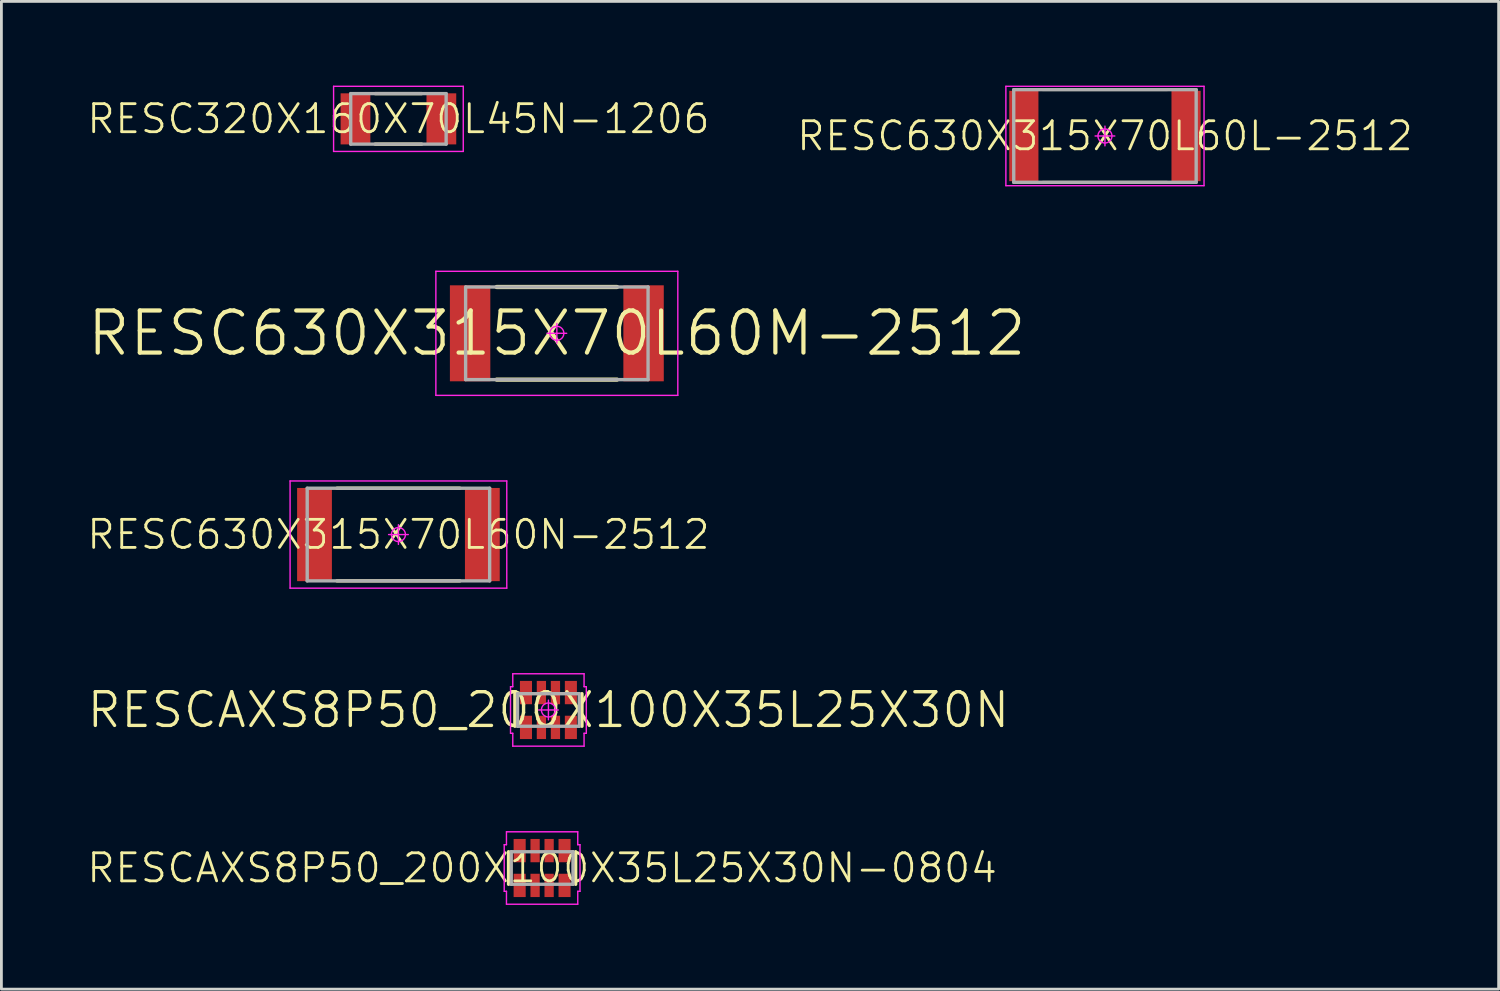
<source format=kicad_pcb>
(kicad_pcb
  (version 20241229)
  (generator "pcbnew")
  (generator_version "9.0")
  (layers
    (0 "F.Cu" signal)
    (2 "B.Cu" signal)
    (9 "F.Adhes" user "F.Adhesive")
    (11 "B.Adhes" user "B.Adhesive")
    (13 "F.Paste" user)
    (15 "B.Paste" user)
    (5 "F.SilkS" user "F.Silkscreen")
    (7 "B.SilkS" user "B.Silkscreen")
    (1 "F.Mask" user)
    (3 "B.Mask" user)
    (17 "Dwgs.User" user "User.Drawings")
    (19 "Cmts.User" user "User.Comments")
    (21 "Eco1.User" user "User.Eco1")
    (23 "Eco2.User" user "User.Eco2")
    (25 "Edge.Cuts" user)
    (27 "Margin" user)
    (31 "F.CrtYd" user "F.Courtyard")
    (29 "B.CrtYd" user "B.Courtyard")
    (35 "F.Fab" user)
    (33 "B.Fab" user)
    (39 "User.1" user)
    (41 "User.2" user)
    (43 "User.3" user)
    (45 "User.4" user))
  (footprint "RESC320X160X70L45N-1206"
    (layer "F.Cu")
    (at 11.145 1.185)
    (property "Reference" "RESC320X160X70L45N-1206" (at 0 0 0) (layer "F.SilkS") (effects (font (size 1 1) (thickness 0.1))))
    (attr smd)
    (fp_line (start -0.827 -0.9) (end 0.827 -0.9) (stroke (width 0.12) (type solid)) (layer "F.SilkS"))
    (fp_line (start -0.827 0.9) (end 0.827 0.9) (stroke (width 0.12) (type solid)) (layer "F.SilkS"))
    (fp_line (start -2.31 -1.16) (end 2.31 -1.16) (stroke (width 0.05) (type solid)) (layer "F.CrtYd"))
    (fp_line (start -2.31 1.16) (end -2.31 -1.16) (stroke (width 0.05) (type solid)) (layer "F.CrtYd"))
    (fp_line (start 2.31 -1.16) (end 2.31 1.16) (stroke (width 0.05) (type solid)) (layer "F.CrtYd"))
    (fp_line (start 2.31 1.16) (end -2.31 1.16) (stroke (width 0.05) (type solid)) (layer "F.CrtYd"))
    (fp_line (start -1.7 -0.9) (end 1.7 -0.9) (stroke (width 0.12) (type solid)) (layer "F.Fab"))
    (fp_line (start -1.7 0.9) (end -1.7 -0.9) (stroke (width 0.12) (type solid)) (layer "F.Fab"))
    (fp_line (start 1.7 -0.9) (end 1.7 0.9) (stroke (width 0.12) (type solid)) (layer "F.Fab"))
    (fp_line (start 1.7 0.9) (end -1.7 0.9) (stroke (width 0.12) (type solid)) (layer "F.Fab"))
    (pad "1" smd rect (at -1.53 0) (size 1.06 1.82) (layers "F.Cu" "F.Mask" "F.Paste"))
    (pad "2" smd rect (at 1.53 0) (size 1.06 1.82) (layers "F.Cu" "F.Mask" "F.Paste")))
  (footprint "RESCAXS8P50_200X100X35L25X30N"
    (layer "F.Cu")
    (at 16.489 22.245)
    (property "Reference" "RESCAXS8P50_200X100X35L25X30N" (at 0 0 0) (layer "F.SilkS") (effects (font (size 1.2 1.2) (thickness 0.12))))
    (attr smd)
    (fp_line (start -1.195 0.58) (end -1.195 -0.58) (stroke (width 0.12) (type solid)) (layer "F.SilkS"))
    (fp_line (start 1.195 0.58) (end 1.195 -0.58) (stroke (width 0.12) (type solid)) (layer "F.SilkS"))
    (fp_line (start -1.35 -0.83) (end -1.35 0.83) (stroke (width 0.05) (type solid)) (layer "F.CrtYd"))
    (fp_line (start -1.35 0.83) (end -1.27 0.83) (stroke (width 0.05) (type solid)) (layer "F.CrtYd"))
    (fp_line (start -1.27 -1.29) (end -1.27 -0.83) (stroke (width 0.05) (type solid)) (layer "F.CrtYd"))
    (fp_line (start -1.27 -0.83) (end -1.35 -0.83) (stroke (width 0.05) (type solid)) (layer "F.CrtYd"))
    (fp_line (start -1.27 0.83) (end -1.27 1.29) (stroke (width 0.05) (type solid)) (layer "F.CrtYd"))
    (fp_line (start -1.27 1.29) (end 1.27 1.29) (stroke (width 0.05) (type solid)) (layer "F.CrtYd"))
    (fp_line (start -0.35 0) (end 0.35 0) (stroke (width 0.05) (type solid)) (layer "F.CrtYd"))
    (fp_line (start 0 -0.35) (end 0 0.35) (stroke (width 0.05) (type solid)) (layer "F.CrtYd"))
    (fp_line (start 1.27 -1.29) (end -1.27 -1.29) (stroke (width 0.05) (type solid)) (layer "F.CrtYd"))
    (fp_line (start 1.27 -0.83) (end 1.27 -1.29) (stroke (width 0.05) (type solid)) (layer "F.CrtYd"))
    (fp_line (start 1.27 0.83) (end 1.35 0.83) (stroke (width 0.05) (type solid)) (layer "F.CrtYd"))
    (fp_line (start 1.27 1.29) (end 1.27 0.83) (stroke (width 0.05) (type solid)) (layer "F.CrtYd"))
    (fp_line (start 1.35 -0.83) (end 1.27 -0.83) (stroke (width 0.05) (type solid)) (layer "F.CrtYd"))
    (fp_line (start 1.35 0.83) (end 1.35 -0.83) (stroke (width 0.05) (type solid)) (layer "F.CrtYd"))
    (fp_circle (center 0 0) (end 0 0.25) (stroke (width 0.05) (type solid)) (fill no) (layer "F.CrtYd"))
    (fp_line (start -1.1 -0.58) (end 1.1 -0.58) (stroke (width 0.12) (type solid)) (layer "F.Fab"))
    (fp_line (start -1.1 0.58) (end -1.1 -0.58) (stroke (width 0.12) (type solid)) (layer "F.Fab"))
    (fp_line (start 1.1 -0.58) (end 1.1 0.58) (stroke (width 0.12) (type solid)) (layer "F.Fab"))
    (fp_line (start 1.1 0.58) (end -1.1 0.58) (stroke (width 0.12) (type solid)) (layer "F.Fab"))
    (pad "1" smd rect (at -0.8 0.62 90) (size 0.83 0.43) (layers "F.Cu" "F.Mask" "F.Paste"))
    (pad "2" smd rect (at -0.25 0.62 90) (size 0.83 0.33) (layers "F.Cu" "F.Mask" "F.Paste"))
    (pad "3" smd rect (at 0.25 0.62 90) (size 0.83 0.33) (layers "F.Cu" "F.Mask" "F.Paste"))
    (pad "4" smd rect (at 0.8 0.62 90) (size 0.83 0.43) (layers "F.Cu" "F.Mask" "F.Paste"))
    (pad "5" smd rect (at 0.8 -0.62 90) (size 0.83 0.43) (layers "F.Cu" "F.Mask" "F.Paste"))
    (pad "6" smd rect (at 0.25 -0.62 90) (size 0.83 0.33) (layers "F.Cu" "F.Mask" "F.Paste"))
    (pad "7" smd rect (at -0.25 -0.62 90) (size 0.83 0.33) (layers "F.Cu" "F.Mask" "F.Paste"))
    (pad "8" smd rect (at -0.8 -0.62 90) (size 0.83 0.43) (layers "F.Cu" "F.Mask" "F.Paste")))
  (footprint "RESC630X315X70L60L-2512"
    (layer "F.Cu")
    (at 36.317 1.795)
    (property "Reference" "RESC630X315X70L60L-2512" (at 0 0 0) (layer "F.SilkS") (effects (font (size 1 1) (thickness 0.1))))
    (attr smd)
    (fp_line (start -2.22 -1.65) (end 2.22 -1.65) (stroke (width 0.1) (type solid)) (layer "F.SilkS"))
    (fp_line (start -2.22 1.65) (end 2.22 1.65) (stroke (width 0.1) (type solid)) (layer "F.SilkS"))
    (fp_line (start -3.53 -1.77) (end 3.53 -1.77) (stroke (width 0.05) (type solid)) (layer "F.CrtYd"))
    (fp_line (start -3.53 1.77) (end -3.53 -1.77) (stroke (width 0.05) (type solid)) (layer "F.CrtYd"))
    (fp_line (start 0 -0.35) (end 0 0.35) (stroke (width 0.05) (type solid)) (layer "F.CrtYd"))
    (fp_line (start 0.35 0) (end -0.35 0) (stroke (width 0.05) (type solid)) (layer "F.CrtYd"))
    (fp_line (start 3.53 -1.77) (end 3.53 1.77) (stroke (width 0.05) (type solid)) (layer "F.CrtYd"))
    (fp_line (start 3.53 1.77) (end -3.53 1.77) (stroke (width 0.05) (type solid)) (layer "F.CrtYd"))
    (fp_circle (center 0 0) (end 0 0.25) (stroke (width 0.05) (type solid)) (fill no) (layer "F.CrtYd"))
    (fp_line (start -3.25 -1.65) (end 3.25 -1.65) (stroke (width 0.12) (type solid)) (layer "F.Fab"))
    (fp_line (start -3.25 1.65) (end -3.25 -1.65) (stroke (width 0.12) (type solid)) (layer "F.Fab"))
    (fp_line (start 3.25 -1.65) (end 3.25 1.65) (stroke (width 0.12) (type solid)) (layer "F.Fab"))
    (fp_line (start 3.25 1.65) (end -3.25 1.65) (stroke (width 0.12) (type solid)) (layer "F.Fab"))
    (pad "1" smd rect (at -2.89 0) (size 1.04 3.22) (layers "F.Cu" "F.Mask" "F.Paste"))
    (pad "2" smd rect (at 2.89 0) (size 1.04 3.22) (layers "F.Cu" "F.Mask" "F.Paste")))
  (footprint "RESCAXS8P50_200X100X35L25X30N-0804"
    (layer "F.Cu")
    (at 16.264 27.875)
    (property "Reference" "RESCAXS8P50_200X100X35L25X30N-0804" (at 0 0 0) (layer "F.SilkS") (effects (font (size 1 1) (thickness 0.1))))
    (attr smd)
    (fp_line (start -1.195 0.58) (end -1.195 -0.58) (stroke (width 0.12) (type solid)) (layer "F.SilkS"))
    (fp_line (start 1.195 0.58) (end 1.195 -0.58) (stroke (width 0.12) (type solid)) (layer "F.SilkS"))
    (fp_line (start -1.35 -0.83) (end -1.35 0.83) (stroke (width 0.05) (type solid)) (layer "F.CrtYd"))
    (fp_line (start -1.35 0.83) (end -1.27 0.83) (stroke (width 0.05) (type solid)) (layer "F.CrtYd"))
    (fp_line (start -1.27 -1.29) (end -1.27 -0.83) (stroke (width 0.05) (type solid)) (layer "F.CrtYd"))
    (fp_line (start -1.27 -0.83) (end -1.35 -0.83) (stroke (width 0.05) (type solid)) (layer "F.CrtYd"))
    (fp_line (start -1.27 0.83) (end -1.27 1.29) (stroke (width 0.05) (type solid)) (layer "F.CrtYd"))
    (fp_line (start -1.27 1.29) (end 1.27 1.29) (stroke (width 0.05) (type solid)) (layer "F.CrtYd"))
    (fp_line (start 1.27 -1.29) (end -1.27 -1.29) (stroke (width 0.05) (type solid)) (layer "F.CrtYd"))
    (fp_line (start 1.27 -0.83) (end 1.27 -1.29) (stroke (width 0.05) (type solid)) (layer "F.CrtYd"))
    (fp_line (start 1.27 0.83) (end 1.35 0.83) (stroke (width 0.05) (type solid)) (layer "F.CrtYd"))
    (fp_line (start 1.27 1.29) (end 1.27 0.83) (stroke (width 0.05) (type solid)) (layer "F.CrtYd"))
    (fp_line (start 1.35 -0.83) (end 1.27 -0.83) (stroke (width 0.05) (type solid)) (layer "F.CrtYd"))
    (fp_line (start 1.35 0.83) (end 1.35 -0.83) (stroke (width 0.05) (type solid)) (layer "F.CrtYd"))
    (fp_line (start -1.1 -0.58) (end 1.1 -0.58) (stroke (width 0.12) (type solid)) (layer "F.Fab"))
    (fp_line (start -1.1 0.58) (end -1.1 -0.58) (stroke (width 0.12) (type solid)) (layer "F.Fab"))
    (fp_line (start 1.1 -0.58) (end 1.1 0.58) (stroke (width 0.12) (type solid)) (layer "F.Fab"))
    (fp_line (start 1.1 0.58) (end -1.1 0.58) (stroke (width 0.12) (type solid)) (layer "F.Fab"))
    (pad "1" smd rect (at -0.8 0.62 90) (size 0.83 0.43) (layers "F.Cu" "F.Mask" "F.Paste"))
    (pad "2" smd rect (at -0.25 0.62 90) (size 0.83 0.33) (layers "F.Cu" "F.Mask" "F.Paste"))
    (pad "3" smd rect (at 0.25 0.62 90) (size 0.83 0.33) (layers "F.Cu" "F.Mask" "F.Paste"))
    (pad "4" smd rect (at 0.8 0.62 90) (size 0.83 0.43) (layers "F.Cu" "F.Mask" "F.Paste"))
    (pad "5" smd rect (at 0.8 -0.62 90) (size 0.83 0.43) (layers "F.Cu" "F.Mask" "F.Paste"))
    (pad "6" smd rect (at 0.25 -0.62 90) (size 0.83 0.33) (layers "F.Cu" "F.Mask" "F.Paste"))
    (pad "7" smd rect (at -0.25 -0.62 90) (size 0.83 0.33) (layers "F.Cu" "F.Mask" "F.Paste"))
    (pad "8" smd rect (at -0.8 -0.62 90) (size 0.83 0.43) (layers "F.Cu" "F.Mask" "F.Paste")))
  (footprint "RESC630X315X70L60N-2512"
    (layer "F.Cu")
    (at 11.145 15.995)
    (property "Reference" "RESC630X315X70L60N-2512" (at 0 0 0) (layer "F.SilkS") (effects (font (size 1 1) (thickness 0.1))))
    (attr smd)
    (fp_line (start -2.19 -1.65) (end 2.19 -1.65) (stroke (width 0.12) (type solid)) (layer "F.SilkS"))
    (fp_line (start -2.19 1.65) (end 2.19 1.65) (stroke (width 0.12) (type solid)) (layer "F.SilkS"))
    (fp_line (start -3.86 -1.91) (end 3.86 -1.91) (stroke (width 0.05) (type solid)) (layer "F.CrtYd"))
    (fp_line (start -3.86 1.91) (end -3.86 -1.91) (stroke (width 0.05) (type solid)) (layer "F.CrtYd"))
    (fp_line (start 0 -0.35) (end 0 0.35) (stroke (width 0.05) (type solid)) (layer "F.CrtYd"))
    (fp_line (start 0.35 0) (end -0.35 0) (stroke (width 0.05) (type solid)) (layer "F.CrtYd"))
    (fp_line (start 3.86 -1.91) (end 3.86 1.91) (stroke (width 0.05) (type solid)) (layer "F.CrtYd"))
    (fp_line (start 3.86 1.91) (end -3.86 1.91) (stroke (width 0.05) (type solid)) (layer "F.CrtYd"))
    (fp_circle (center 0 0) (end 0 0.25) (stroke (width 0.05) (type solid)) (fill no) (layer "F.CrtYd"))
    (fp_line (start -3.25 -1.65) (end 3.25 -1.65) (stroke (width 0.12) (type solid)) (layer "F.Fab"))
    (fp_line (start -3.25 1.65) (end -3.25 -1.65) (stroke (width 0.12) (type solid)) (layer "F.Fab"))
    (fp_line (start 3.25 -1.65) (end 3.25 1.65) (stroke (width 0.12) (type solid)) (layer "F.Fab"))
    (fp_line (start 3.25 1.65) (end -3.25 1.65) (stroke (width 0.12) (type solid)) (layer "F.Fab"))
    (pad "1" smd rect (at -2.99 0) (size 1.24 3.32) (layers "F.Cu" "F.Mask" "F.Paste"))
    (pad "2" smd rect (at 2.99 0) (size 1.24 3.32) (layers "F.Cu" "F.Mask" "F.Paste")))
  (footprint "RESC630X315X70L60M-2512"
    (layer "F.Cu")
    (at 16.789 8.825)
    (property "Reference" "RESC630X315X70L60M-2512" (at 0 0 0) (layer "F.SilkS") (effects (font (size 1.5 1.5) (thickness 0.15))))
    (attr smd)
    (fp_line (start -2.145 -1.65) (end 2.145 -1.65) (stroke (width 0.15) (type solid)) (layer "F.SilkS"))
    (fp_line (start -2.145 1.65) (end 2.145 1.65) (stroke (width 0.15) (type solid)) (layer "F.SilkS"))
    (fp_line (start -4.31 -2.21) (end 4.31 -2.21) (stroke (width 0.05) (type solid)) (layer "F.CrtYd"))
    (fp_line (start -4.31 2.21) (end -4.31 -2.21) (stroke (width 0.05) (type solid)) (layer "F.CrtYd"))
    (fp_line (start 0 -0.35) (end 0 0.35) (stroke (width 0.05) (type solid)) (layer "F.CrtYd"))
    (fp_line (start 0.35 0) (end -0.35 0) (stroke (width 0.05) (type solid)) (layer "F.CrtYd"))
    (fp_line (start 4.31 -2.21) (end 4.31 2.21) (stroke (width 0.05) (type solid)) (layer "F.CrtYd"))
    (fp_line (start 4.31 2.21) (end -4.31 2.21) (stroke (width 0.05) (type solid)) (layer "F.CrtYd"))
    (fp_circle (center 0 0) (end 0 0.25) (stroke (width 0.05) (type solid)) (fill no) (layer "F.CrtYd"))
    (fp_line (start -3.25 -1.65) (end 3.25 -1.65) (stroke (width 0.12) (type solid)) (layer "F.Fab"))
    (fp_line (start -3.25 1.65) (end -3.25 -1.65) (stroke (width 0.12) (type solid)) (layer "F.Fab"))
    (fp_line (start 3.25 -1.65) (end 3.25 1.65) (stroke (width 0.12) (type solid)) (layer "F.Fab"))
    (fp_line (start 3.25 1.65) (end -3.25 1.65) (stroke (width 0.12) (type solid)) (layer "F.Fab"))
    (pad "1" smd rect (at -3.09 0) (size 1.44 3.42) (layers "F.Cu" "F.Mask" "F.Paste"))
    (pad "2" smd rect (at 3.09 0) (size 1.44 3.42) (layers "F.Cu" "F.Mask" "F.Paste")))
  (gr_rect
    (start -3 -3)
    (end 50.343 32.19)
    (stroke (width 0.1) (type default))
    (fill no)
    (layer "Edge.Cuts")))
</source>
